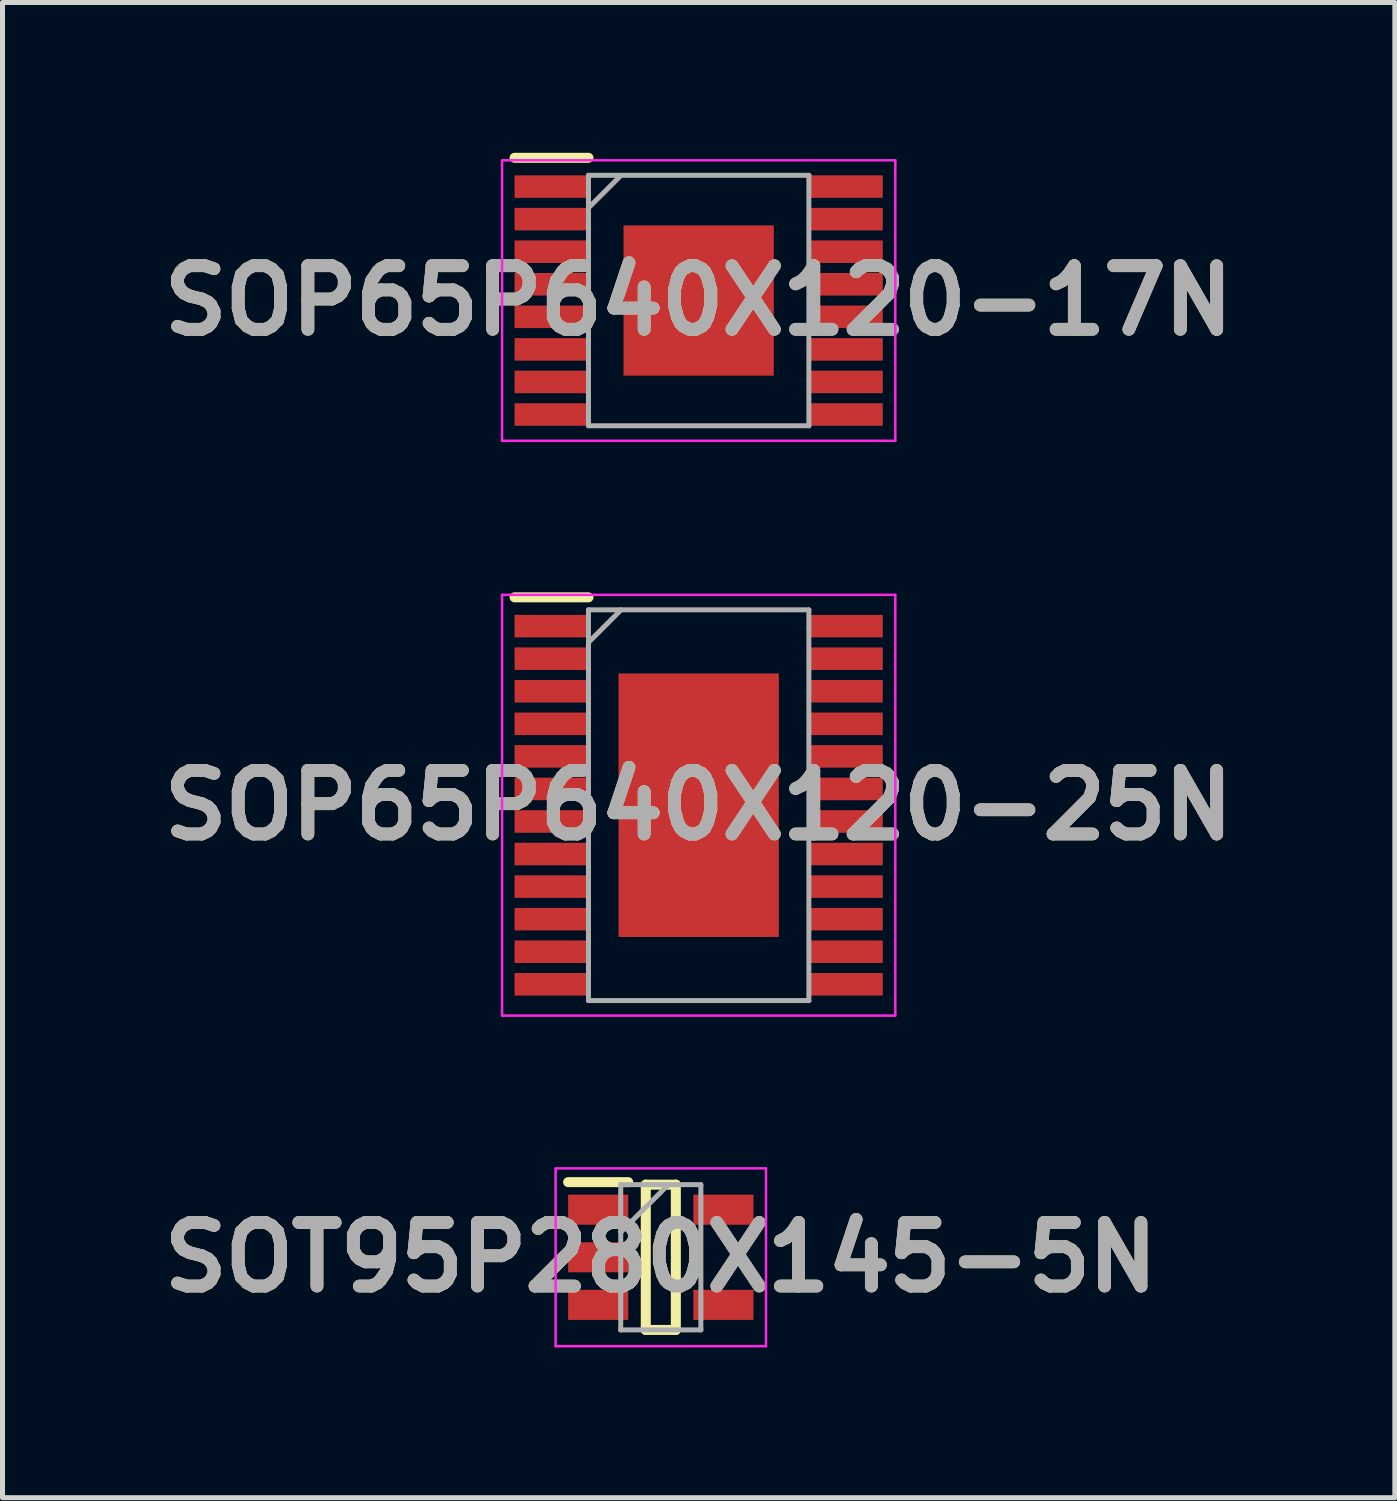
<source format=kicad_pcb>
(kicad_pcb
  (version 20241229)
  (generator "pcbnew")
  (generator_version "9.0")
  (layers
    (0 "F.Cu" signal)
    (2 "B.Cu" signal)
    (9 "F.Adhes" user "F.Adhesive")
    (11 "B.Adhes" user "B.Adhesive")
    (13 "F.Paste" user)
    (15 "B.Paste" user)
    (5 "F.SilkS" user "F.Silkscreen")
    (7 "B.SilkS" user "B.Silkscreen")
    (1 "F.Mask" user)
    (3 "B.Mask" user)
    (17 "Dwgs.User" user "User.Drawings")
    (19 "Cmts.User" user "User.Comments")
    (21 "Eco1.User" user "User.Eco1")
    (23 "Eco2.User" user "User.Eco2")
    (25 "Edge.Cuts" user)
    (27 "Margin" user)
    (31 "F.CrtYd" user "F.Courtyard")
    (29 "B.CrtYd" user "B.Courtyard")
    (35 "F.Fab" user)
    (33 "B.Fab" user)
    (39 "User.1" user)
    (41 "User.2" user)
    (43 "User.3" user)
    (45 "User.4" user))
  (footprint "SOP65P640X120-17N"
    (layer "F.Cu")
    (at 10.898 2.95)
    (property "Reference" "SOP65P640X120-17N" (at 0 0 0) (layer "F.SilkS") (effects (font (size 1.27 1.27) (thickness 0.254))))
    (attr smd)
    (fp_line (start -3.675 -2.85) (end -2.2 -2.85) (stroke (width 0.2) (type solid)) (layer "F.SilkS"))
    (fp_line (start -3.925 -2.8) (end 3.925 -2.8) (stroke (width 0.05) (type solid)) (layer "F.CrtYd"))
    (fp_line (start -3.925 2.8) (end -3.925 -2.8) (stroke (width 0.05) (type solid)) (layer "F.CrtYd"))
    (fp_line (start 3.925 -2.8) (end 3.925 2.8) (stroke (width 0.05) (type solid)) (layer "F.CrtYd"))
    (fp_line (start 3.925 2.8) (end -3.925 2.8) (stroke (width 0.05) (type solid)) (layer "F.CrtYd"))
    (fp_line (start -2.2 -2.5) (end 2.2 -2.5) (stroke (width 0.1) (type solid)) (layer "F.Fab"))
    (fp_line (start -2.2 -1.85) (end -1.55 -2.5) (stroke (width 0.1) (type solid)) (layer "F.Fab"))
    (fp_line (start -2.2 2.5) (end -2.2 -2.5) (stroke (width 0.1) (type solid)) (layer "F.Fab"))
    (fp_line (start 2.2 -2.5) (end 2.2 2.5) (stroke (width 0.1) (type solid)) (layer "F.Fab"))
    (fp_line (start 2.2 2.5) (end -2.2 2.5) (stroke (width 0.1) (type solid)) (layer "F.Fab"))
    (fp_text user "${REFERENCE}" (at 0 0 0) (layer "F.Fab") (effects (font (size 1.27 1.27) (thickness 0.254))))
    (pad "1" smd rect (at -2.938 -2.275 90) (size 0.45 1.475) (layers "F.Cu" "F.Mask" "F.Paste"))
    (pad "2" smd rect (at -2.938 -1.625 90) (size 0.45 1.475) (layers "F.Cu" "F.Mask" "F.Paste"))
    (pad "3" smd rect (at -2.938 -0.975 90) (size 0.45 1.475) (layers "F.Cu" "F.Mask" "F.Paste"))
    (pad "4" smd rect (at -2.938 -0.325 90) (size 0.45 1.475) (layers "F.Cu" "F.Mask" "F.Paste"))
    (pad "5" smd rect (at -2.938 0.325 90) (size 0.45 1.475) (layers "F.Cu" "F.Mask" "F.Paste"))
    (pad "6" smd rect (at -2.938 0.975 90) (size 0.45 1.475) (layers "F.Cu" "F.Mask" "F.Paste"))
    (pad "7" smd rect (at -2.938 1.625 90) (size 0.45 1.475) (layers "F.Cu" "F.Mask" "F.Paste"))
    (pad "8" smd rect (at -2.938 2.275 90) (size 0.45 1.475) (layers "F.Cu" "F.Mask" "F.Paste"))
    (pad "9" smd rect (at 2.938 2.275 90) (size 0.45 1.475) (layers "F.Cu" "F.Mask" "F.Paste"))
    (pad "10" smd rect (at 2.938 1.625 90) (size 0.45 1.475) (layers "F.Cu" "F.Mask" "F.Paste"))
    (pad "11" smd rect (at 2.938 0.975 90) (size 0.45 1.475) (layers "F.Cu" "F.Mask" "F.Paste"))
    (pad "12" smd rect (at 2.938 0.325 90) (size 0.45 1.475) (layers "F.Cu" "F.Mask" "F.Paste"))
    (pad "13" smd rect (at 2.938 -0.325 90) (size 0.45 1.475) (layers "F.Cu" "F.Mask" "F.Paste"))
    (pad "14" smd rect (at 2.938 -0.975 90) (size 0.45 1.475) (layers "F.Cu" "F.Mask" "F.Paste"))
    (pad "15" smd rect (at 2.938 -1.625 90) (size 0.45 1.475) (layers "F.Cu" "F.Mask" "F.Paste"))
    (pad "16" smd rect (at 2.938 -2.275 90) (size 0.45 1.475) (layers "F.Cu" "F.Mask" "F.Paste"))
    (pad "17" smd rect (at 0 0) (size 3 3) (layers "F.Cu" "F.Mask" "F.Paste")))
  (footprint "SOT95P280X145-5N"
    (layer "F.Cu")
    (at 10.142 22.05)
    (property "Reference" "SOT95P280X145-5N" (at 0 0 0) (layer "F.SilkS") (effects (font (size 1.27 1.27) (thickness 0.254))))
    (attr smd)
    (fp_line (start -1.85 -1.5) (end -0.65 -1.5) (stroke (width 0.2) (type solid)) (layer "F.SilkS"))
    (fp_line (start -0.3 -1.45) (end 0.3 -1.45) (stroke (width 0.2) (type solid)) (layer "F.SilkS"))
    (fp_line (start -0.3 1.45) (end -0.3 -1.45) (stroke (width 0.2) (type solid)) (layer "F.SilkS"))
    (fp_line (start 0.3 -1.45) (end 0.3 1.45) (stroke (width 0.2) (type solid)) (layer "F.SilkS"))
    (fp_line (start 0.3 1.45) (end -0.3 1.45) (stroke (width 0.2) (type solid)) (layer "F.SilkS"))
    (fp_line (start -2.1 -1.775) (end 2.1 -1.775) (stroke (width 0.05) (type solid)) (layer "F.CrtYd"))
    (fp_line (start -2.1 1.775) (end -2.1 -1.775) (stroke (width 0.05) (type solid)) (layer "F.CrtYd"))
    (fp_line (start 2.1 -1.775) (end 2.1 1.775) (stroke (width 0.05) (type solid)) (layer "F.CrtYd"))
    (fp_line (start 2.1 1.775) (end -2.1 1.775) (stroke (width 0.05) (type solid)) (layer "F.CrtYd"))
    (fp_line (start -0.8 -1.45) (end 0.8 -1.45) (stroke (width 0.1) (type solid)) (layer "F.Fab"))
    (fp_line (start -0.8 -0.5) (end 0.15 -1.45) (stroke (width 0.1) (type solid)) (layer "F.Fab"))
    (fp_line (start -0.8 1.45) (end -0.8 -1.45) (stroke (width 0.1) (type solid)) (layer "F.Fab"))
    (fp_line (start 0.8 -1.45) (end 0.8 1.45) (stroke (width 0.1) (type solid)) (layer "F.Fab"))
    (fp_line (start 0.8 1.45) (end -0.8 1.45) (stroke (width 0.1) (type solid)) (layer "F.Fab"))
    (fp_text user "${REFERENCE}" (at 0 0 0) (layer "F.Fab") (effects (font (size 1.27 1.27) (thickness 0.254))))
    (pad "1" smd rect (at -1.25 -0.95 90) (size 0.6 1.2) (layers "F.Cu" "F.Mask" "F.Paste"))
    (pad "2" smd rect (at -1.25 0 90) (size 0.6 1.2) (layers "F.Cu" "F.Mask" "F.Paste"))
    (pad "3" smd rect (at -1.25 0.95 90) (size 0.6 1.2) (layers "F.Cu" "F.Mask" "F.Paste"))
    (pad "4" smd rect (at 1.25 0.95 90) (size 0.6 1.2) (layers "F.Cu" "F.Mask" "F.Paste"))
    (pad "5" smd rect (at 1.25 -0.95 90) (size 0.6 1.2) (layers "F.Cu" "F.Mask" "F.Paste")))
  (footprint "SOP65P640X120-25N"
    (layer "F.Cu")
    (at 10.898 13.025)
    (property "Reference" "SOP65P640X120-25N" (at 0 0 0) (layer "F.SilkS") (effects (font (size 1.27 1.27) (thickness 0.254))))
    (attr smd)
    (fp_line (start -3.675 -4.15) (end -2.2 -4.15) (stroke (width 0.2) (type solid)) (layer "F.SilkS"))
    (fp_line (start -3.925 -4.2) (end 3.925 -4.2) (stroke (width 0.05) (type solid)) (layer "F.CrtYd"))
    (fp_line (start -3.925 4.2) (end -3.925 -4.2) (stroke (width 0.05) (type solid)) (layer "F.CrtYd"))
    (fp_line (start 3.925 -4.2) (end 3.925 4.2) (stroke (width 0.05) (type solid)) (layer "F.CrtYd"))
    (fp_line (start 3.925 4.2) (end -3.925 4.2) (stroke (width 0.05) (type solid)) (layer "F.CrtYd"))
    (fp_line (start -2.2 -3.9) (end 2.2 -3.9) (stroke (width 0.1) (type solid)) (layer "F.Fab"))
    (fp_line (start -2.2 -3.25) (end -1.55 -3.9) (stroke (width 0.1) (type solid)) (layer "F.Fab"))
    (fp_line (start -2.2 3.9) (end -2.2 -3.9) (stroke (width 0.1) (type solid)) (layer "F.Fab"))
    (fp_line (start 2.2 -3.9) (end 2.2 3.9) (stroke (width 0.1) (type solid)) (layer "F.Fab"))
    (fp_line (start 2.2 3.9) (end -2.2 3.9) (stroke (width 0.1) (type solid)) (layer "F.Fab"))
    (fp_text user "${REFERENCE}" (at 0 0 0) (layer "F.Fab") (effects (font (size 1.27 1.27) (thickness 0.254))))
    (pad "1" smd rect (at -2.938 -3.575 90) (size 0.45 1.475) (layers "F.Cu" "F.Mask" "F.Paste"))
    (pad "2" smd rect (at -2.938 -2.925 90) (size 0.45 1.475) (layers "F.Cu" "F.Mask" "F.Paste"))
    (pad "3" smd rect (at -2.938 -2.275 90) (size 0.45 1.475) (layers "F.Cu" "F.Mask" "F.Paste"))
    (pad "4" smd rect (at -2.938 -1.625 90) (size 0.45 1.475) (layers "F.Cu" "F.Mask" "F.Paste"))
    (pad "5" smd rect (at -2.938 -0.975 90) (size 0.45 1.475) (layers "F.Cu" "F.Mask" "F.Paste"))
    (pad "6" smd rect (at -2.938 -0.325 90) (size 0.45 1.475) (layers "F.Cu" "F.Mask" "F.Paste"))
    (pad "7" smd rect (at -2.938 0.325 90) (size 0.45 1.475) (layers "F.Cu" "F.Mask" "F.Paste"))
    (pad "8" smd rect (at -2.938 0.975 90) (size 0.45 1.475) (layers "F.Cu" "F.Mask" "F.Paste"))
    (pad "9" smd rect (at -2.938 1.625 90) (size 0.45 1.475) (layers "F.Cu" "F.Mask" "F.Paste"))
    (pad "10" smd rect (at -2.938 2.275 90) (size 0.45 1.475) (layers "F.Cu" "F.Mask" "F.Paste"))
    (pad "11" smd rect (at -2.938 2.925 90) (size 0.45 1.475) (layers "F.Cu" "F.Mask" "F.Paste"))
    (pad "12" smd rect (at -2.938 3.575 90) (size 0.45 1.475) (layers "F.Cu" "F.Mask" "F.Paste"))
    (pad "13" smd rect (at 2.938 3.575 90) (size 0.45 1.475) (layers "F.Cu" "F.Mask" "F.Paste"))
    (pad "14" smd rect (at 2.938 2.925 90) (size 0.45 1.475) (layers "F.Cu" "F.Mask" "F.Paste"))
    (pad "15" smd rect (at 2.938 2.275 90) (size 0.45 1.475) (layers "F.Cu" "F.Mask" "F.Paste"))
    (pad "16" smd rect (at 2.938 1.625 90) (size 0.45 1.475) (layers "F.Cu" "F.Mask" "F.Paste"))
    (pad "17" smd rect (at 2.938 0.975 90) (size 0.45 1.475) (layers "F.Cu" "F.Mask" "F.Paste"))
    (pad "18" smd rect (at 2.938 0.325 90) (size 0.45 1.475) (layers "F.Cu" "F.Mask" "F.Paste"))
    (pad "19" smd rect (at 2.938 -0.325 90) (size 0.45 1.475) (layers "F.Cu" "F.Mask" "F.Paste"))
    (pad "20" smd rect (at 2.938 -0.975 90) (size 0.45 1.475) (layers "F.Cu" "F.Mask" "F.Paste"))
    (pad "21" smd rect (at 2.938 -1.625 90) (size 0.45 1.475) (layers "F.Cu" "F.Mask" "F.Paste"))
    (pad "22" smd rect (at 2.938 -2.275 90) (size 0.45 1.475) (layers "F.Cu" "F.Mask" "F.Paste"))
    (pad "23" smd rect (at 2.938 -2.925 90) (size 0.45 1.475) (layers "F.Cu" "F.Mask" "F.Paste"))
    (pad "24" smd rect (at 2.938 -3.575 90) (size 0.45 1.475) (layers "F.Cu" "F.Mask" "F.Paste"))
    (pad "25" smd rect (at 0 0) (size 3.2 5.26) (layers "F.Cu" "F.Mask" "F.Paste")))
  (gr_rect
    (start -3 -3)
    (end 24.796 26.85)
    (stroke (width 0.1) (type default))
    (fill no)
    (layer "Edge.Cuts")))
</source>
